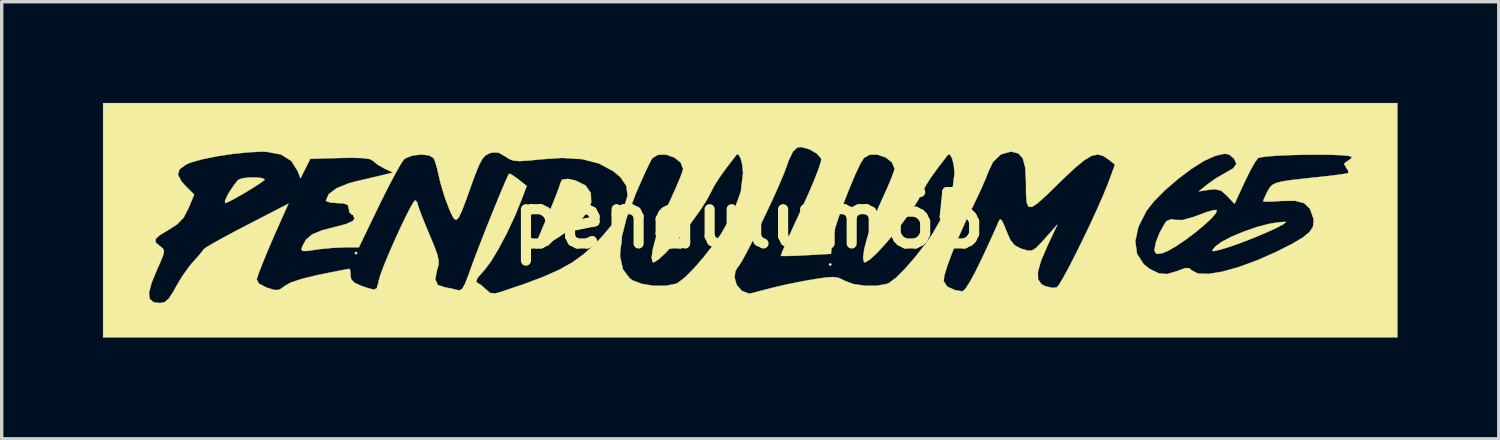
<source format=kicad_pcb>
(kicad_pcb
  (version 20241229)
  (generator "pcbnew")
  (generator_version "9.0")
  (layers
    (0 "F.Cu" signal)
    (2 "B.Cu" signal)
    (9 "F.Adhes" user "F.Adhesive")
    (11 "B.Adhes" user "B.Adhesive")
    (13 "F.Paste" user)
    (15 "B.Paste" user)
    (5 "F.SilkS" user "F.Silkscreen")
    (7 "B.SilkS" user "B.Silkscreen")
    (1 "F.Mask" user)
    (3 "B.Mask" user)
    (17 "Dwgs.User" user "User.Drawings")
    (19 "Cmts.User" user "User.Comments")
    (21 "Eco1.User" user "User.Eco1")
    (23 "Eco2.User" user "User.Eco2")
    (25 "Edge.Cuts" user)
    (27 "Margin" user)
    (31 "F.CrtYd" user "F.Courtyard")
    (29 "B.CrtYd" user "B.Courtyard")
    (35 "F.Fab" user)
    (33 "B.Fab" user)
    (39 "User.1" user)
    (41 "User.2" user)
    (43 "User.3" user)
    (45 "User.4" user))
  (footprint "pendulum65"
    (layer "F.Cu")
    (at 19.14 3.476)
    (property "Reference" "pendulum65" (at 0 0 0) (layer "F.SilkS") (effects (font (size 1.524 1.524) (thickness 0.3))))
    (attr through_hole)
    (fp_poly (pts (xy -11.599 0.974) (xy -11.642 1.016) (xy -11.684 0.974) (xy -11.642 0.931) (xy -11.599 0.974)) (stroke (width 0.01) (type solid)) (fill yes) (layer "F.SilkS"))
    (fp_poly (pts (xy 2.455 1.312) (xy 2.413 1.355) (xy 2.371 1.312) (xy 2.413 1.27) (xy 2.455 1.312)) (stroke (width 0.01) (type solid)) (fill yes) (layer "F.SilkS"))
    (fp_poly (pts (xy -14.422 -1.248) (xy -14.347 -1.211) (xy -14.355 -1.191) (xy -14.478 -1.099) (xy -14.69 -0.962) (xy -14.945 -0.807) (xy -15.199 -0.662) (xy -15.404 -0.553) (xy -15.515 -0.508) (xy -15.517 -0.508) (xy -15.524 -0.571) (xy -15.453 -0.731) (xy -15.4 -0.826) (xy -15.261 -1.035) (xy -15.145 -1.18) (xy -15.117 -1.205) (xy -14.991 -1.246) (xy -14.797 -1.267) (xy -14.59 -1.267) (xy -14.422 -1.248)) (stroke (width 0.01) (type solid)) (fill yes) (layer "F.SilkS"))
    (fp_poly (pts (xy 15.917 0.053) (xy 15.843 0.117) (xy 15.645 0.223) (xy 15.357 0.355) (xy 15.014 0.5) (xy 14.653 0.642) (xy 14.308 0.767) (xy 14.013 0.86) (xy 13.93 0.882) (xy 13.761 0.918) (xy 13.735 0.89) (xy 13.832 0.774) (xy 14.015 0.638) (xy 14.315 0.483) (xy 14.683 0.33) (xy 15.07 0.197) (xy 15.429 0.105) (xy 15.515 0.089) (xy 15.748 0.057) (xy 15.893 0.048) (xy 15.917 0.053)) (stroke (width 0.01) (type solid)) (fill yes) (layer "F.SilkS"))
    (fp_poly (pts (xy -5.137 -1.178) (xy -4.839 -1.031) (xy -4.682 -0.807) (xy -4.671 -0.527) (xy -4.81 -0.215) (xy -4.932 -0.058) (xy -5.119 0.122) (xy -5.366 0.315) (xy -5.639 0.504) (xy -5.906 0.668) (xy -6.136 0.786) (xy -6.294 0.84) (xy -6.35 0.813) (xy -6.319 0.726) (xy -6.234 0.516) (xy -6.108 0.215) (xy -5.969 -0.113) (xy -5.817 -0.475) (xy -5.695 -0.782) (xy -5.614 -1) (xy -5.588 -1.09) (xy -5.533 -1.205) (xy -5.358 -1.225) (xy -5.137 -1.178)) (stroke (width 0.01) (type solid)) (fill yes) (layer "F.SilkS"))
    (fp_poly (pts (xy 13.845 -0.215) (xy 13.712 -0.058) (xy 13.497 0.142) (xy 13.229 0.363) (xy 12.938 0.582) (xy 12.653 0.774) (xy 12.405 0.915) (xy 12.247 0.978) (xy 12.084 0.999) (xy 12.027 0.925) (xy 12.023 0.852) (xy 12.067 0.64) (xy 12.176 0.367) (xy 12.319 0.108) (xy 12.378 0.026) (xy 12.523 -0.032) (xy 12.634 -0.01) (xy 12.851 -0.005) (xy 13.193 -0.102) (xy 13.313 -0.148) (xy 13.579 -0.246) (xy 13.779 -0.301) (xy 13.865 -0.303) (xy 13.845 -0.215)) (stroke (width 0.01) (type solid)) (fill yes) (layer "F.SilkS"))
    (fp_poly (pts (xy 19.219 3.471) (xy -19.135 3.471) (xy -19.135 2.148) (xy -17.775 2.148) (xy -17.754 2.334) (xy -17.636 2.431) (xy -17.448 2.455) (xy -17.308 2.427) (xy -17.185 2.32) (xy -17.046 2.101) (xy -16.987 1.991) (xy -16.802 1.679) (xy -16.589 1.378) (xy -16.466 1.232) (xy -16.296 1.043) (xy -16.181 0.902) (xy -16.158 0.864) (xy -16.077 0.803) (xy -15.87 0.68) (xy -15.563 0.51) (xy -15.183 0.306) (xy -14.885 0.152) (xy -13.642 -0.49) (xy -13.857 -0.012) (xy -14.06 0.444) (xy -14.246 0.878) (xy -14.403 1.259) (xy -14.517 1.554) (xy -14.577 1.734) (xy -14.581 1.753) (xy -14.52 1.876) (xy -14.295 1.993) (xy -14.273 2.001) (xy -14.051 2.068) (xy -13.914 2.062) (xy -13.79 1.977) (xy -13.765 1.954) (xy -13.576 1.848) (xy -13.241 1.736) (xy -12.78 1.625) (xy -12.729 1.614) (xy -12.369 1.542) (xy -12.076 1.484) (xy -11.886 1.448) (xy -11.833 1.439) (xy -11.807 1.511) (xy -11.804 1.619) (xy -11.784 1.751) (xy -11.687 1.851) (xy -11.481 1.946) (xy -11.289 2.011) (xy -11.112 2.057) (xy -11.026 2.017) (xy -10.979 1.856) (xy -10.967 1.789) (xy -10.915 1.611) (xy -10.811 1.335) (xy -10.67 0.994) (xy -10.507 0.621) (xy -10.337 0.248) (xy -10.174 -0.092) (xy -10.034 -0.366) (xy -9.931 -0.542) (xy -9.885 -0.591) (xy -9.824 -0.527) (xy -9.821 -0.504) (xy -9.79 -0.393) (xy -9.705 -0.163) (xy -9.581 0.147) (xy -9.479 0.39) (xy -9.325 0.759) (xy -9.232 1.013) (xy -9.192 1.191) (xy -9.197 1.331) (xy -9.237 1.474) (xy -9.242 1.486) (xy -9.292 1.756) (xy -9.21 1.922) (xy -8.997 1.991) (xy -8.792 2.028) (xy -8.666 2.063) (xy -8.568 2.078) (xy -8.49 2.029) (xy -8.41 1.886) (xy -8.308 1.62) (xy -8.267 1.506) (xy -8.157 1.203) (xy -8.014 0.828) (xy -7.851 0.409) (xy -7.679 -0.024) (xy -7.51 -0.442) (xy -7.356 -0.816) (xy -7.228 -1.117) (xy -7.139 -1.315) (xy -7.101 -1.381) (xy -7.018 -1.345) (xy -6.86 -1.235) (xy -6.823 -1.206) (xy -6.581 -1.016) (xy -6.732 -0.614) (xy -6.935 -0.118) (xy -7.167 0.377) (xy -7.408 0.833) (xy -7.637 1.213) (xy -7.835 1.478) (xy -7.867 1.512) (xy -8.039 1.708) (xy -8.08 1.823) (xy -8.057 1.844) (xy -7.921 1.93) (xy -7.792 2.049) (xy -7.659 2.157) (xy -7.509 2.168) (xy -7.352 2.125) (xy -6.647 1.887) (xy -6.078 1.672) (xy -5.616 1.466) (xy -5.235 1.253) (xy -4.968 1.062) (xy -3.817 1.062) (xy -3.732 1.453) (xy -3.525 1.726) (xy -3.448 1.78) (xy -3.172 1.886) (xy -2.818 1.942) (xy -2.459 1.942) (xy -2.166 1.884) (xy -2.109 1.859) (xy -1.904 1.704) (xy -1.893 1.694) (xy -0.423 1.694) (xy -0.36 1.918) (xy -0.204 2.094) (xy -0.006 2.172) (xy 0.082 2.163) (xy 0.228 2.124) (xy 0.481 2.058) (xy 0.762 1.986) (xy 1.143 1.898) (xy 1.588 1.809) (xy 1.952 1.745) (xy 2.289 1.696) (xy 2.51 1.683) (xy 2.667 1.709) (xy 2.81 1.777) (xy 2.841 1.795) (xy 3.1 1.891) (xy 3.442 1.941) (xy 3.795 1.941) (xy 4.085 1.889) (xy 4.156 1.859) (xy 4.23 1.803) (xy 5.774 1.803) (xy 5.878 1.967) (xy 6.121 2.075) (xy 6.335 2.108) (xy 6.413 2.039) (xy 6.542 1.841) (xy 6.707 1.541) (xy 6.89 1.168) (xy 6.892 1.164) (xy 7.07 0.782) (xy 7.225 0.444) (xy 7.341 0.186) (xy 7.401 0.043) (xy 7.402 0.042) (xy 7.447 -0.03) (xy 7.502 0.012) (xy 7.583 0.188) (xy 7.631 0.312) (xy 7.749 0.582) (xy 7.873 0.738) (xy 8.046 0.833) (xy 8.103 0.852) (xy 8.272 0.901) (xy 8.394 0.897) (xy 8.517 0.817) (xy 8.687 0.641) (xy 8.777 0.54) (xy 9.145 0.127) (xy 8.848 0.76) (xy 8.659 1.202) (xy 8.567 1.526) (xy 8.571 1.75) (xy 8.67 1.895) (xy 8.778 1.953) (xy 8.984 2.002) (xy 9.122 1.994) (xy 9.196 1.905) (xy 9.324 1.689) (xy 9.495 1.374) (xy 9.694 0.986) (xy 9.872 0.625) (xy 11.452 0.625) (xy 11.505 0.999) (xy 11.704 1.306) (xy 11.889 1.449) (xy 12.153 1.576) (xy 12.396 1.595) (xy 12.69 1.508) (xy 12.74 1.488) (xy 12.942 1.416) (xy 13.057 1.424) (xy 13.129 1.488) (xy 13.309 1.58) (xy 13.615 1.591) (xy 14.025 1.526) (xy 14.518 1.388) (xy 15.074 1.184) (xy 15.621 0.941) (xy 16.085 0.708) (xy 16.41 0.517) (xy 16.615 0.351) (xy 16.718 0.193) (xy 16.739 0.024) (xy 16.725 -0.07) (xy 16.626 -0.342) (xy 16.456 -0.505) (xy 16.186 -0.577) (xy 15.792 -0.572) (xy 15.512 -0.554) (xy 15.313 -0.552) (xy 15.24 -0.564) (xy 15.275 -0.657) (xy 15.36 -0.833) (xy 15.369 -0.85) (xy 15.431 -0.96) (xy 15.505 -1.041) (xy 15.619 -1.101) (xy 15.8 -1.148) (xy 16.075 -1.191) (xy 16.474 -1.236) (xy 16.805 -1.271) (xy 17.183 -1.312) (xy 17.493 -1.351) (xy 17.701 -1.383) (xy 17.77 -1.401) (xy 17.752 -1.484) (xy 17.698 -1.563) (xy 17.638 -1.675) (xy 17.722 -1.741) (xy 17.728 -1.744) (xy 17.846 -1.828) (xy 17.865 -1.875) (xy 17.786 -1.905) (xy 17.572 -1.926) (xy 17.257 -1.939) (xy 16.875 -1.943) (xy 16.46 -1.94) (xy 16.046 -1.93) (xy 15.668 -1.914) (xy 15.358 -1.891) (xy 15.152 -1.862) (xy 15.088 -1.84) (xy 15.003 -1.725) (xy 14.874 -1.498) (xy 14.726 -1.203) (xy 14.686 -1.117) (xy 14.393 -0.484) (xy 14.176 -0.718) (xy 13.998 -0.875) (xy 13.816 -0.92) (xy 13.647 -0.903) (xy 13.335 -0.855) (xy 13.589 -1.062) (xy 13.841 -1.242) (xy 14.104 -1.394) (xy 14.115 -1.399) (xy 14.358 -1.54) (xy 14.447 -1.669) (xy 14.391 -1.808) (xy 14.34 -1.862) (xy 14.226 -1.951) (xy 14.099 -1.971) (xy 13.896 -1.927) (xy 13.801 -1.899) (xy 13.493 -1.76) (xy 13.118 -1.524) (xy 12.718 -1.223) (xy 12.333 -0.89) (xy 12.005 -0.56) (xy 11.782 -0.275) (xy 11.544 0.195) (xy 11.452 0.625) (xy 9.872 0.625) (xy 9.907 0.554) (xy 10.122 0.104) (xy 10.324 -0.335) (xy 10.5 -0.736) (xy 10.637 -1.072) (xy 10.664 -1.141) (xy 10.85 -1.648) (xy 10.665 -1.798) (xy 10.498 -1.908) (xy 10.336 -1.949) (xy 10.155 -1.907) (xy 9.934 -1.774) (xy 9.65 -1.538) (xy 9.28 -1.189) (xy 9.185 -1.095) (xy 8.823 -0.742) (xy 8.564 -0.508) (xy 8.391 -0.394) (xy 8.287 -0.401) (xy 8.234 -0.53) (xy 8.215 -0.783) (xy 8.213 -1.144) (xy 8.191 -1.559) (xy 8.12 -1.831) (xy 7.988 -1.981) (xy 7.784 -2.032) (xy 7.76 -2.032) (xy 7.472 -1.952) (xy 7.238 -1.73) (xy 7.107 -1.46) (xy 7.019 -1.233) (xy 6.881 -0.916) (xy 6.717 -0.57) (xy 6.679 -0.493) (xy 6.432 0.02) (xy 6.209 0.518) (xy 6.021 0.973) (xy 5.879 1.358) (xy 5.793 1.645) (xy 5.774 1.803) (xy 4.23 1.803) (xy 4.362 1.704) (xy 4.629 1.437) (xy 4.932 1.089) (xy 5.241 0.692) (xy 5.437 0.414) (xy 5.807 -0.231) (xy 6.028 -0.85) (xy 6.095 -1.391) (xy 6.074 -1.63) (xy 6.024 -1.83) (xy 5.961 -1.948) (xy 5.905 -1.945) (xy 5.603 -1.553) (xy 5.391 -1.259) (xy 5.246 -1.031) (xy 5.151 -0.847) (xy 5.008 -0.581) (xy 4.804 -0.267) (xy 4.559 0.071) (xy 4.294 0.408) (xy 4.03 0.719) (xy 3.788 0.979) (xy 3.589 1.163) (xy 3.453 1.246) (xy 3.413 1.24) (xy 3.385 1.106) (xy 3.422 0.85) (xy 3.513 0.502) (xy 3.651 0.093) (xy 3.827 -0.347) (xy 3.935 -0.588) (xy 4.093 -0.936) (xy 4.219 -1.234) (xy 4.298 -1.445) (xy 4.318 -1.523) (xy 4.244 -1.713) (xy 4.058 -1.859) (xy 3.819 -1.943) (xy 3.583 -1.943) (xy 3.407 -1.841) (xy 3.299 -1.663) (xy 3.158 -1.364) (xy 2.998 -0.986) (xy 2.835 -0.572) (xy 2.686 -0.162) (xy 2.567 0.202) (xy 2.494 0.479) (xy 2.48 0.561) (xy 2.434 0.996) (xy 1.704 1.037) (xy 1.372 1.053) (xy 1.113 1.06) (xy 0.966 1.059) (xy 0.948 1.056) (xy 0.973 0.976) (xy 1.061 0.769) (xy 1.198 0.457) (xy 1.376 0.067) (xy 1.559 -0.329) (xy 1.767 -0.786) (xy 1.939 -1.191) (xy 2.066 -1.517) (xy 2.137 -1.738) (xy 2.146 -1.823) (xy 2.017 -1.975) (xy 1.796 -2.102) (xy 1.563 -2.168) (xy 1.442 -2.16) (xy 1.31 -2.038) (xy 1.179 -1.767) (xy 1.134 -1.634) (xy 1.047 -1.399) (xy 0.909 -1.071) (xy 0.734 -0.679) (xy 0.535 -0.253) (xy 0.328 0.178) (xy 0.126 0.585) (xy -0.056 0.939) (xy -0.204 1.208) (xy -0.305 1.366) (xy -0.33 1.391) (xy -0.398 1.511) (xy -0.423 1.694) (xy -1.893 1.694) (xy -1.636 1.437) (xy -1.334 1.089) (xy -1.025 0.692) (xy -0.828 0.414) (xy -0.458 -0.231) (xy -0.237 -0.85) (xy -0.171 -1.391) (xy -0.191 -1.63) (xy -0.241 -1.83) (xy -0.304 -1.948) (xy -0.361 -1.945) (xy -0.662 -1.553) (xy -0.874 -1.259) (xy -1.019 -1.031) (xy -1.114 -0.847) (xy -1.257 -0.581) (xy -1.461 -0.267) (xy -1.706 0.071) (xy -1.971 0.408) (xy -2.235 0.719) (xy -2.477 0.979) (xy -2.677 1.163) (xy -2.813 1.246) (xy -2.852 1.24) (xy -2.88 1.106) (xy -2.843 0.85) (xy -2.752 0.502) (xy -2.614 0.093) (xy -2.439 -0.347) (xy -2.33 -0.588) (xy -2.173 -0.936) (xy -2.046 -1.234) (xy -1.967 -1.445) (xy -1.947 -1.523) (xy -2.022 -1.713) (xy -2.207 -1.859) (xy -2.446 -1.943) (xy -2.683 -1.943) (xy -2.859 -1.841) (xy -2.924 -1.725) (xy -3.039 -1.488) (xy -3.186 -1.164) (xy -3.343 -0.804) (xy -3.623 -0.067) (xy -3.781 0.555) (xy -3.817 1.062) (xy -4.968 1.062) (xy -4.905 1.017) (xy -4.598 0.743) (xy -4.33 0.463) (xy -3.942 -0.000476) (xy -3.697 -0.392) (xy -3.593 -0.725) (xy -3.628 -1.013) (xy -3.8 -1.271) (xy -4.022 -1.458) (xy -4.443 -1.682) (xy -4.938 -1.81) (xy -5.534 -1.847) (xy -6.153 -1.806) (xy -6.538 -1.767) (xy -6.795 -1.752) (xy -6.966 -1.765) (xy -7.09 -1.808) (xy -7.209 -1.885) (xy -7.216 -1.89) (xy -7.42 -2.006) (xy -7.606 -2.006) (xy -7.684 -1.983) (xy -7.798 -1.924) (xy -7.896 -1.816) (xy -7.997 -1.628) (xy -8.117 -1.33) (xy -8.216 -1.056) (xy -8.383 -0.589) (xy -8.506 -0.267) (xy -8.598 -0.079) (xy -8.671 -0.009) (xy -8.737 -0.046) (xy -8.81 -0.176) (xy -8.884 -0.344) (xy -9.018 -0.704) (xy -9.136 -1.102) (xy -9.174 -1.262) (xy -9.239 -1.541) (xy -9.304 -1.759) (xy -9.34 -1.841) (xy -9.479 -1.923) (xy -9.709 -1.947) (xy -9.962 -1.918) (xy -10.171 -1.838) (xy -10.223 -1.797) (xy -10.31 -1.671) (xy -10.452 -1.422) (xy -10.634 -1.08) (xy -10.84 -0.674) (xy -10.964 -0.421) (xy -11.556 0.804) (xy -11.98 0.804) (xy -12.333 0.819) (xy -12.719 0.857) (xy -12.849 0.876) (xy -13.104 0.912) (xy -13.228 0.909) (xy -13.256 0.86) (xy -13.238 0.791) (xy -13.126 0.578) (xy -12.944 0.423) (xy -12.656 0.302) (xy -12.312 0.213) (xy -11.94 0.115) (xy -11.733 0.022) (xy -11.684 -0.048) (xy -11.732 -0.157) (xy -11.769 -0.169) (xy -11.837 -0.24) (xy -11.853 -0.339) (xy -11.882 -0.449) (xy -11.997 -0.498) (xy -12.192 -0.508) (xy -12.404 -0.525) (xy -12.522 -0.566) (xy -12.531 -0.583) (xy -12.449 -0.772) (xy -12.218 -0.947) (xy -11.855 -1.094) (xy -11.642 -1.152) (xy -11.304 -1.23) (xy -10.997 -1.303) (xy -10.795 -1.351) (xy -10.541 -1.413) (xy -10.795 -1.531) (xy -10.999 -1.646) (xy -11.134 -1.758) (xy -11.135 -1.759) (xy -11.231 -1.812) (xy -11.434 -1.841) (xy -11.766 -1.85) (xy -12.109 -1.845) (xy -12.996 -1.82) (xy -13.141 -1.53) (xy -13.286 -1.241) (xy -13.368 -1.456) (xy -13.559 -1.759) (xy -13.863 -1.948) (xy -14.29 -2.028) (xy -14.426 -2.032) (xy -14.838 -2.013) (xy -15.302 -1.965) (xy -15.771 -1.893) (xy -16.195 -1.807) (xy -16.528 -1.714) (xy -16.667 -1.657) (xy -16.869 -1.512) (xy -16.917 -1.35) (xy -16.812 -1.149) (xy -16.685 -1.008) (xy -16.436 -0.759) (xy -16.603 -0.357) (xy -16.749 -0.077) (xy -16.945 0.124) (xy -17.19 0.282) (xy -17.455 0.441) (xy -17.58 0.556) (xy -17.578 0.653) (xy -17.465 0.758) (xy -17.444 0.773) (xy -17.36 0.84) (xy -17.33 0.917) (xy -17.357 1.046) (xy -17.448 1.266) (xy -17.526 1.439) (xy -17.698 1.856) (xy -17.775 2.148) (xy -19.135 2.148) (xy -19.135 -3.471) (xy 19.219 -3.471) (xy 19.219 3.471)) (stroke (width 0.01) (type solid)) (fill yes) (layer "F.SilkS")))
  (gr_rect
    (start -3 -3)
    (end 41.364 9.953)
    (stroke (width 0.1) (type default))
    (fill no)
    (layer "Edge.Cuts")))
</source>
